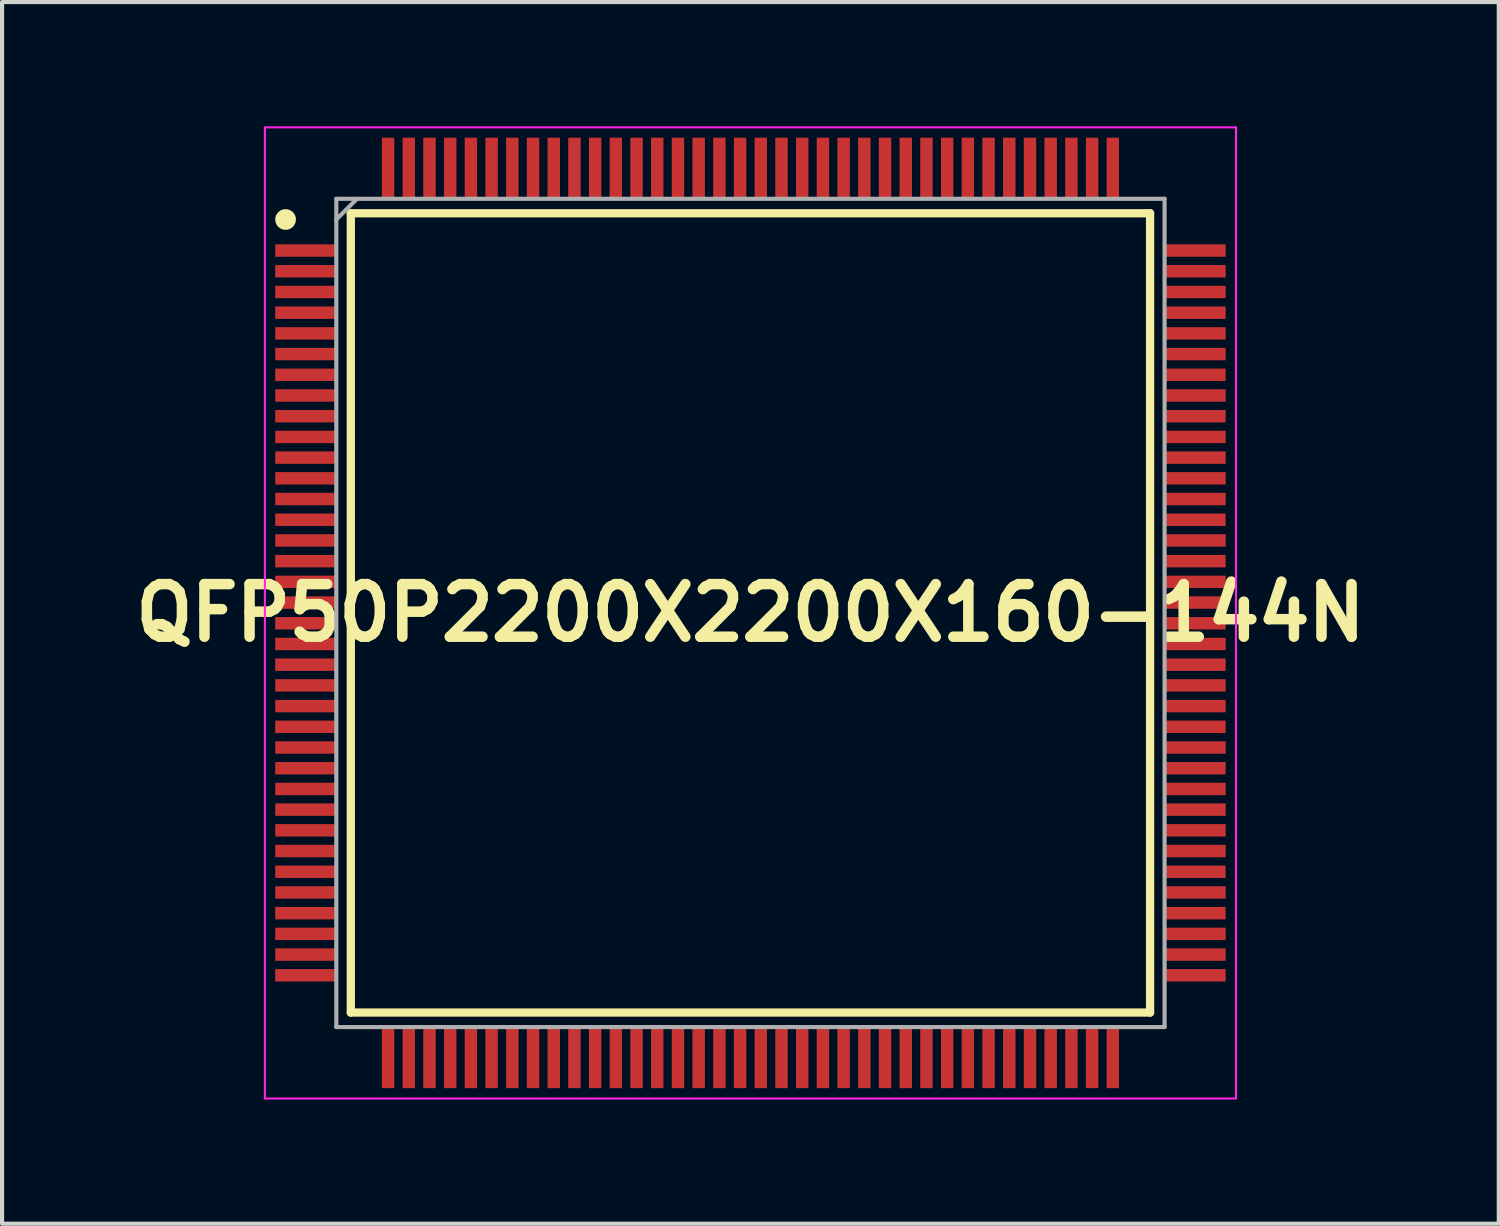
<source format=kicad_pcb>
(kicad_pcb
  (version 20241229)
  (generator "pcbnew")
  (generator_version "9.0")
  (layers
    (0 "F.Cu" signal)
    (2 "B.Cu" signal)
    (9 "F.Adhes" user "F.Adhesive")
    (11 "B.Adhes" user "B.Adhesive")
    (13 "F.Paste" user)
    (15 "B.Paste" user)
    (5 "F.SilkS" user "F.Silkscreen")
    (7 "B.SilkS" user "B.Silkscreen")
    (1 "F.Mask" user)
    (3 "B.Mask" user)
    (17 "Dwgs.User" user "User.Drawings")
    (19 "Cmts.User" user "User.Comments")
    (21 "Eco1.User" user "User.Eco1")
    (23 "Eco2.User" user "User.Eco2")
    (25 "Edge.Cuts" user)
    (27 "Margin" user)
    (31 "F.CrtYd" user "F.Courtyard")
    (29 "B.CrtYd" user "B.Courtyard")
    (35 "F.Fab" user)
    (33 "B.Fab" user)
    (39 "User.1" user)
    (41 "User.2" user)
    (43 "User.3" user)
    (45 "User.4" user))
  (footprint "QFP50P2200X2200X160-144N"
    (layer "F.Cu")
    (at 15.071 11.75)
    (property "Reference" "QFP50P2200X2200X160-144N" (at 0 0 0) (layer "F.SilkS") (effects (font (size 1.27 1.27) (thickness 0.254))))
    (attr smd)
    (fp_line (start -9.65 -9.65) (end 9.65 -9.65) (stroke (width 0.2) (type solid)) (layer "F.SilkS"))
    (fp_line (start -9.65 9.65) (end -9.65 -9.65) (stroke (width 0.2) (type solid)) (layer "F.SilkS"))
    (fp_line (start 9.65 -9.65) (end 9.65 9.65) (stroke (width 0.2) (type solid)) (layer "F.SilkS"))
    (fp_line (start 9.65 9.65) (end -9.65 9.65) (stroke (width 0.2) (type solid)) (layer "F.SilkS"))
    (fp_circle (center -11.225 -9.5) (end -11.225 -9.375) (stroke (width 0.25) (type solid)) (fill no) (layer "F.SilkS"))
    (fp_line (start -11.725 -11.725) (end 11.725 -11.725) (stroke (width 0.05) (type solid)) (layer "F.CrtYd"))
    (fp_line (start -11.725 11.725) (end -11.725 -11.725) (stroke (width 0.05) (type solid)) (layer "F.CrtYd"))
    (fp_line (start 11.725 -11.725) (end 11.725 11.725) (stroke (width 0.05) (type solid)) (layer "F.CrtYd"))
    (fp_line (start 11.725 11.725) (end -11.725 11.725) (stroke (width 0.05) (type solid)) (layer "F.CrtYd"))
    (fp_line (start -10 -10) (end 10 -10) (stroke (width 0.1) (type solid)) (layer "F.Fab"))
    (fp_line (start -10 -9.5) (end -9.5 -10) (stroke (width 0.1) (type solid)) (layer "F.Fab"))
    (fp_line (start -10 10) (end -10 -10) (stroke (width 0.1) (type solid)) (layer "F.Fab"))
    (fp_line (start 10 -10) (end 10 10) (stroke (width 0.1) (type solid)) (layer "F.Fab"))
    (fp_line (start 10 10) (end -10 10) (stroke (width 0.1) (type solid)) (layer "F.Fab"))
    (pad "1" smd rect (at -10.738 -8.75 90) (size 0.3 1.475) (layers "F.Cu" "F.Mask" "F.Paste"))
    (pad "2" smd rect (at -10.738 -8.25 90) (size 0.3 1.475) (layers "F.Cu" "F.Mask" "F.Paste"))
    (pad "3" smd rect (at -10.738 -7.75 90) (size 0.3 1.475) (layers "F.Cu" "F.Mask" "F.Paste"))
    (pad "4" smd rect (at -10.738 -7.25 90) (size 0.3 1.475) (layers "F.Cu" "F.Mask" "F.Paste"))
    (pad "5" smd rect (at -10.738 -6.75 90) (size 0.3 1.475) (layers "F.Cu" "F.Mask" "F.Paste"))
    (pad "6" smd rect (at -10.738 -6.25 90) (size 0.3 1.475) (layers "F.Cu" "F.Mask" "F.Paste"))
    (pad "7" smd rect (at -10.738 -5.75 90) (size 0.3 1.475) (layers "F.Cu" "F.Mask" "F.Paste"))
    (pad "8" smd rect (at -10.738 -5.25 90) (size 0.3 1.475) (layers "F.Cu" "F.Mask" "F.Paste"))
    (pad "9" smd rect (at -10.738 -4.75 90) (size 0.3 1.475) (layers "F.Cu" "F.Mask" "F.Paste"))
    (pad "10" smd rect (at -10.738 -4.25 90) (size 0.3 1.475) (layers "F.Cu" "F.Mask" "F.Paste"))
    (pad "11" smd rect (at -10.738 -3.75 90) (size 0.3 1.475) (layers "F.Cu" "F.Mask" "F.Paste"))
    (pad "12" smd rect (at -10.738 -3.25 90) (size 0.3 1.475) (layers "F.Cu" "F.Mask" "F.Paste"))
    (pad "13" smd rect (at -10.738 -2.75 90) (size 0.3 1.475) (layers "F.Cu" "F.Mask" "F.Paste"))
    (pad "14" smd rect (at -10.738 -2.25 90) (size 0.3 1.475) (layers "F.Cu" "F.Mask" "F.Paste"))
    (pad "15" smd rect (at -10.738 -1.75 90) (size 0.3 1.475) (layers "F.Cu" "F.Mask" "F.Paste"))
    (pad "16" smd rect (at -10.738 -1.25 90) (size 0.3 1.475) (layers "F.Cu" "F.Mask" "F.Paste"))
    (pad "17" smd rect (at -10.738 -0.75 90) (size 0.3 1.475) (layers "F.Cu" "F.Mask" "F.Paste"))
    (pad "18" smd rect (at -10.738 -0.25 90) (size 0.3 1.475) (layers "F.Cu" "F.Mask" "F.Paste"))
    (pad "19" smd rect (at -10.738 0.25 90) (size 0.3 1.475) (layers "F.Cu" "F.Mask" "F.Paste"))
    (pad "20" smd rect (at -10.738 0.75 90) (size 0.3 1.475) (layers "F.Cu" "F.Mask" "F.Paste"))
    (pad "21" smd rect (at -10.738 1.25 90) (size 0.3 1.475) (layers "F.Cu" "F.Mask" "F.Paste"))
    (pad "22" smd rect (at -10.738 1.75 90) (size 0.3 1.475) (layers "F.Cu" "F.Mask" "F.Paste"))
    (pad "23" smd rect (at -10.738 2.25 90) (size 0.3 1.475) (layers "F.Cu" "F.Mask" "F.Paste"))
    (pad "24" smd rect (at -10.738 2.75 90) (size 0.3 1.475) (layers "F.Cu" "F.Mask" "F.Paste"))
    (pad "25" smd rect (at -10.738 3.25 90) (size 0.3 1.475) (layers "F.Cu" "F.Mask" "F.Paste"))
    (pad "26" smd rect (at -10.738 3.75 90) (size 0.3 1.475) (layers "F.Cu" "F.Mask" "F.Paste"))
    (pad "27" smd rect (at -10.738 4.25 90) (size 0.3 1.475) (layers "F.Cu" "F.Mask" "F.Paste"))
    (pad "28" smd rect (at -10.738 4.75 90) (size 0.3 1.475) (layers "F.Cu" "F.Mask" "F.Paste"))
    (pad "29" smd rect (at -10.738 5.25 90) (size 0.3 1.475) (layers "F.Cu" "F.Mask" "F.Paste"))
    (pad "30" smd rect (at -10.738 5.75 90) (size 0.3 1.475) (layers "F.Cu" "F.Mask" "F.Paste"))
    (pad "31" smd rect (at -10.738 6.25 90) (size 0.3 1.475) (layers "F.Cu" "F.Mask" "F.Paste"))
    (pad "32" smd rect (at -10.738 6.75 90) (size 0.3 1.475) (layers "F.Cu" "F.Mask" "F.Paste"))
    (pad "33" smd rect (at -10.738 7.25 90) (size 0.3 1.475) (layers "F.Cu" "F.Mask" "F.Paste"))
    (pad "34" smd rect (at -10.738 7.75 90) (size 0.3 1.475) (layers "F.Cu" "F.Mask" "F.Paste"))
    (pad "35" smd rect (at -10.738 8.25 90) (size 0.3 1.475) (layers "F.Cu" "F.Mask" "F.Paste"))
    (pad "36" smd rect (at -10.738 8.75 90) (size 0.3 1.475) (layers "F.Cu" "F.Mask" "F.Paste"))
    (pad "37" smd rect (at -8.75 10.738) (size 0.3 1.475) (layers "F.Cu" "F.Mask" "F.Paste"))
    (pad "38" smd rect (at -8.25 10.738) (size 0.3 1.475) (layers "F.Cu" "F.Mask" "F.Paste"))
    (pad "39" smd rect (at -7.75 10.738) (size 0.3 1.475) (layers "F.Cu" "F.Mask" "F.Paste"))
    (pad "40" smd rect (at -7.25 10.738) (size 0.3 1.475) (layers "F.Cu" "F.Mask" "F.Paste"))
    (pad "41" smd rect (at -6.75 10.738) (size 0.3 1.475) (layers "F.Cu" "F.Mask" "F.Paste"))
    (pad "42" smd rect (at -6.25 10.738) (size 0.3 1.475) (layers "F.Cu" "F.Mask" "F.Paste"))
    (pad "43" smd rect (at -5.75 10.738) (size 0.3 1.475) (layers "F.Cu" "F.Mask" "F.Paste"))
    (pad "44" smd rect (at -5.25 10.738) (size 0.3 1.475) (layers "F.Cu" "F.Mask" "F.Paste"))
    (pad "45" smd rect (at -4.75 10.738) (size 0.3 1.475) (layers "F.Cu" "F.Mask" "F.Paste"))
    (pad "46" smd rect (at -4.25 10.738) (size 0.3 1.475) (layers "F.Cu" "F.Mask" "F.Paste"))
    (pad "47" smd rect (at -3.75 10.738) (size 0.3 1.475) (layers "F.Cu" "F.Mask" "F.Paste"))
    (pad "48" smd rect (at -3.25 10.738) (size 0.3 1.475) (layers "F.Cu" "F.Mask" "F.Paste"))
    (pad "49" smd rect (at -2.75 10.738) (size 0.3 1.475) (layers "F.Cu" "F.Mask" "F.Paste"))
    (pad "50" smd rect (at -2.25 10.738) (size 0.3 1.475) (layers "F.Cu" "F.Mask" "F.Paste"))
    (pad "51" smd rect (at -1.75 10.738) (size 0.3 1.475) (layers "F.Cu" "F.Mask" "F.Paste"))
    (pad "52" smd rect (at -1.25 10.738) (size 0.3 1.475) (layers "F.Cu" "F.Mask" "F.Paste"))
    (pad "53" smd rect (at -0.75 10.738) (size 0.3 1.475) (layers "F.Cu" "F.Mask" "F.Paste"))
    (pad "54" smd rect (at -0.25 10.738) (size 0.3 1.475) (layers "F.Cu" "F.Mask" "F.Paste"))
    (pad "55" smd rect (at 0.25 10.738) (size 0.3 1.475) (layers "F.Cu" "F.Mask" "F.Paste"))
    (pad "56" smd rect (at 0.75 10.738) (size 0.3 1.475) (layers "F.Cu" "F.Mask" "F.Paste"))
    (pad "57" smd rect (at 1.25 10.738) (size 0.3 1.475) (layers "F.Cu" "F.Mask" "F.Paste"))
    (pad "58" smd rect (at 1.75 10.738) (size 0.3 1.475) (layers "F.Cu" "F.Mask" "F.Paste"))
    (pad "59" smd rect (at 2.25 10.738) (size 0.3 1.475) (layers "F.Cu" "F.Mask" "F.Paste"))
    (pad "60" smd rect (at 2.75 10.738) (size 0.3 1.475) (layers "F.Cu" "F.Mask" "F.Paste"))
    (pad "61" smd rect (at 3.25 10.738) (size 0.3 1.475) (layers "F.Cu" "F.Mask" "F.Paste"))
    (pad "62" smd rect (at 3.75 10.738) (size 0.3 1.475) (layers "F.Cu" "F.Mask" "F.Paste"))
    (pad "63" smd rect (at 4.25 10.738) (size 0.3 1.475) (layers "F.Cu" "F.Mask" "F.Paste"))
    (pad "64" smd rect (at 4.75 10.738) (size 0.3 1.475) (layers "F.Cu" "F.Mask" "F.Paste"))
    (pad "65" smd rect (at 5.25 10.738) (size 0.3 1.475) (layers "F.Cu" "F.Mask" "F.Paste"))
    (pad "66" smd rect (at 5.75 10.738) (size 0.3 1.475) (layers "F.Cu" "F.Mask" "F.Paste"))
    (pad "67" smd rect (at 6.25 10.738) (size 0.3 1.475) (layers "F.Cu" "F.Mask" "F.Paste"))
    (pad "68" smd rect (at 6.75 10.738) (size 0.3 1.475) (layers "F.Cu" "F.Mask" "F.Paste"))
    (pad "69" smd rect (at 7.25 10.738) (size 0.3 1.475) (layers "F.Cu" "F.Mask" "F.Paste"))
    (pad "70" smd rect (at 7.75 10.738) (size 0.3 1.475) (layers "F.Cu" "F.Mask" "F.Paste"))
    (pad "71" smd rect (at 8.25 10.738) (size 0.3 1.475) (layers "F.Cu" "F.Mask" "F.Paste"))
    (pad "72" smd rect (at 8.75 10.738) (size 0.3 1.475) (layers "F.Cu" "F.Mask" "F.Paste"))
    (pad "73" smd rect (at 10.738 8.75 90) (size 0.3 1.475) (layers "F.Cu" "F.Mask" "F.Paste"))
    (pad "74" smd rect (at 10.738 8.25 90) (size 0.3 1.475) (layers "F.Cu" "F.Mask" "F.Paste"))
    (pad "75" smd rect (at 10.738 7.75 90) (size 0.3 1.475) (layers "F.Cu" "F.Mask" "F.Paste"))
    (pad "76" smd rect (at 10.738 7.25 90) (size 0.3 1.475) (layers "F.Cu" "F.Mask" "F.Paste"))
    (pad "77" smd rect (at 10.738 6.75 90) (size 0.3 1.475) (layers "F.Cu" "F.Mask" "F.Paste"))
    (pad "78" smd rect (at 10.738 6.25 90) (size 0.3 1.475) (layers "F.Cu" "F.Mask" "F.Paste"))
    (pad "79" smd rect (at 10.738 5.75 90) (size 0.3 1.475) (layers "F.Cu" "F.Mask" "F.Paste"))
    (pad "80" smd rect (at 10.738 5.25 90) (size 0.3 1.475) (layers "F.Cu" "F.Mask" "F.Paste"))
    (pad "81" smd rect (at 10.738 4.75 90) (size 0.3 1.475) (layers "F.Cu" "F.Mask" "F.Paste"))
    (pad "82" smd rect (at 10.738 4.25 90) (size 0.3 1.475) (layers "F.Cu" "F.Mask" "F.Paste"))
    (pad "83" smd rect (at 10.738 3.75 90) (size 0.3 1.475) (layers "F.Cu" "F.Mask" "F.Paste"))
    (pad "84" smd rect (at 10.738 3.25 90) (size 0.3 1.475) (layers "F.Cu" "F.Mask" "F.Paste"))
    (pad "85" smd rect (at 10.738 2.75 90) (size 0.3 1.475) (layers "F.Cu" "F.Mask" "F.Paste"))
    (pad "86" smd rect (at 10.738 2.25 90) (size 0.3 1.475) (layers "F.Cu" "F.Mask" "F.Paste"))
    (pad "87" smd rect (at 10.738 1.75 90) (size 0.3 1.475) (layers "F.Cu" "F.Mask" "F.Paste"))
    (pad "88" smd rect (at 10.738 1.25 90) (size 0.3 1.475) (layers "F.Cu" "F.Mask" "F.Paste"))
    (pad "89" smd rect (at 10.738 0.75 90) (size 0.3 1.475) (layers "F.Cu" "F.Mask" "F.Paste"))
    (pad "90" smd rect (at 10.738 0.25 90) (size 0.3 1.475) (layers "F.Cu" "F.Mask" "F.Paste"))
    (pad "91" smd rect (at 10.738 -0.25 90) (size 0.3 1.475) (layers "F.Cu" "F.Mask" "F.Paste"))
    (pad "92" smd rect (at 10.738 -0.75 90) (size 0.3 1.475) (layers "F.Cu" "F.Mask" "F.Paste"))
    (pad "93" smd rect (at 10.738 -1.25 90) (size 0.3 1.475) (layers "F.Cu" "F.Mask" "F.Paste"))
    (pad "94" smd rect (at 10.738 -1.75 90) (size 0.3 1.475) (layers "F.Cu" "F.Mask" "F.Paste"))
    (pad "95" smd rect (at 10.738 -2.25 90) (size 0.3 1.475) (layers "F.Cu" "F.Mask" "F.Paste"))
    (pad "96" smd rect (at 10.738 -2.75 90) (size 0.3 1.475) (layers "F.Cu" "F.Mask" "F.Paste"))
    (pad "97" smd rect (at 10.738 -3.25 90) (size 0.3 1.475) (layers "F.Cu" "F.Mask" "F.Paste"))
    (pad "98" smd rect (at 10.738 -3.75 90) (size 0.3 1.475) (layers "F.Cu" "F.Mask" "F.Paste"))
    (pad "99" smd rect (at 10.738 -4.25 90) (size 0.3 1.475) (layers "F.Cu" "F.Mask" "F.Paste"))
    (pad "100" smd rect (at 10.738 -4.75 90) (size 0.3 1.475) (layers "F.Cu" "F.Mask" "F.Paste"))
    (pad "101" smd rect (at 10.738 -5.25 90) (size 0.3 1.475) (layers "F.Cu" "F.Mask" "F.Paste"))
    (pad "102" smd rect (at 10.738 -5.75 90) (size 0.3 1.475) (layers "F.Cu" "F.Mask" "F.Paste"))
    (pad "103" smd rect (at 10.738 -6.25 90) (size 0.3 1.475) (layers "F.Cu" "F.Mask" "F.Paste"))
    (pad "104" smd rect (at 10.738 -6.75 90) (size 0.3 1.475) (layers "F.Cu" "F.Mask" "F.Paste"))
    (pad "105" smd rect (at 10.738 -7.25 90) (size 0.3 1.475) (layers "F.Cu" "F.Mask" "F.Paste"))
    (pad "106" smd rect (at 10.738 -7.75 90) (size 0.3 1.475) (layers "F.Cu" "F.Mask" "F.Paste"))
    (pad "107" smd rect (at 10.738 -8.25 90) (size 0.3 1.475) (layers "F.Cu" "F.Mask" "F.Paste"))
    (pad "108" smd rect (at 10.738 -8.75 90) (size 0.3 1.475) (layers "F.Cu" "F.Mask" "F.Paste"))
    (pad "109" smd rect (at 8.75 -10.738) (size 0.3 1.475) (layers "F.Cu" "F.Mask" "F.Paste"))
    (pad "110" smd rect (at 8.25 -10.738) (size 0.3 1.475) (layers "F.Cu" "F.Mask" "F.Paste"))
    (pad "111" smd rect (at 7.75 -10.738) (size 0.3 1.475) (layers "F.Cu" "F.Mask" "F.Paste"))
    (pad "112" smd rect (at 7.25 -10.738) (size 0.3 1.475) (layers "F.Cu" "F.Mask" "F.Paste"))
    (pad "113" smd rect (at 6.75 -10.738) (size 0.3 1.475) (layers "F.Cu" "F.Mask" "F.Paste"))
    (pad "114" smd rect (at 6.25 -10.738) (size 0.3 1.475) (layers "F.Cu" "F.Mask" "F.Paste"))
    (pad "115" smd rect (at 5.75 -10.738) (size 0.3 1.475) (layers "F.Cu" "F.Mask" "F.Paste"))
    (pad "116" smd rect (at 5.25 -10.738) (size 0.3 1.475) (layers "F.Cu" "F.Mask" "F.Paste"))
    (pad "117" smd rect (at 4.75 -10.738) (size 0.3 1.475) (layers "F.Cu" "F.Mask" "F.Paste"))
    (pad "118" smd rect (at 4.25 -10.738) (size 0.3 1.475) (layers "F.Cu" "F.Mask" "F.Paste"))
    (pad "119" smd rect (at 3.75 -10.738) (size 0.3 1.475) (layers "F.Cu" "F.Mask" "F.Paste"))
    (pad "120" smd rect (at 3.25 -10.738) (size 0.3 1.475) (layers "F.Cu" "F.Mask" "F.Paste"))
    (pad "121" smd rect (at 2.75 -10.738) (size 0.3 1.475) (layers "F.Cu" "F.Mask" "F.Paste"))
    (pad "122" smd rect (at 2.25 -10.738) (size 0.3 1.475) (layers "F.Cu" "F.Mask" "F.Paste"))
    (pad "123" smd rect (at 1.75 -10.738) (size 0.3 1.475) (layers "F.Cu" "F.Mask" "F.Paste"))
    (pad "124" smd rect (at 1.25 -10.738) (size 0.3 1.475) (layers "F.Cu" "F.Mask" "F.Paste"))
    (pad "125" smd rect (at 0.75 -10.738) (size 0.3 1.475) (layers "F.Cu" "F.Mask" "F.Paste"))
    (pad "126" smd rect (at 0.25 -10.738) (size 0.3 1.475) (layers "F.Cu" "F.Mask" "F.Paste"))
    (pad "127" smd rect (at -0.25 -10.738) (size 0.3 1.475) (layers "F.Cu" "F.Mask" "F.Paste"))
    (pad "128" smd rect (at -0.75 -10.738) (size 0.3 1.475) (layers "F.Cu" "F.Mask" "F.Paste"))
    (pad "129" smd rect (at -1.25 -10.738) (size 0.3 1.475) (layers "F.Cu" "F.Mask" "F.Paste"))
    (pad "130" smd rect (at -1.75 -10.738) (size 0.3 1.475) (layers "F.Cu" "F.Mask" "F.Paste"))
    (pad "131" smd rect (at -2.25 -10.738) (size 0.3 1.475) (layers "F.Cu" "F.Mask" "F.Paste"))
    (pad "132" smd rect (at -2.75 -10.738) (size 0.3 1.475) (layers "F.Cu" "F.Mask" "F.Paste"))
    (pad "133" smd rect (at -3.25 -10.738) (size 0.3 1.475) (layers "F.Cu" "F.Mask" "F.Paste"))
    (pad "134" smd rect (at -3.75 -10.738) (size 0.3 1.475) (layers "F.Cu" "F.Mask" "F.Paste"))
    (pad "135" smd rect (at -4.25 -10.738) (size 0.3 1.475) (layers "F.Cu" "F.Mask" "F.Paste"))
    (pad "136" smd rect (at -4.75 -10.738) (size 0.3 1.475) (layers "F.Cu" "F.Mask" "F.Paste"))
    (pad "137" smd rect (at -5.25 -10.738) (size 0.3 1.475) (layers "F.Cu" "F.Mask" "F.Paste"))
    (pad "138" smd rect (at -5.75 -10.738) (size 0.3 1.475) (layers "F.Cu" "F.Mask" "F.Paste"))
    (pad "139" smd rect (at -6.25 -10.738) (size 0.3 1.475) (layers "F.Cu" "F.Mask" "F.Paste"))
    (pad "140" smd rect (at -6.75 -10.738) (size 0.3 1.475) (layers "F.Cu" "F.Mask" "F.Paste"))
    (pad "141" smd rect (at -7.25 -10.738) (size 0.3 1.475) (layers "F.Cu" "F.Mask" "F.Paste"))
    (pad "142" smd rect (at -7.75 -10.738) (size 0.3 1.475) (layers "F.Cu" "F.Mask" "F.Paste"))
    (pad "143" smd rect (at -8.25 -10.738) (size 0.3 1.475) (layers "F.Cu" "F.Mask" "F.Paste"))
    (pad "144" smd rect (at -8.75 -10.738) (size 0.3 1.475) (layers "F.Cu" "F.Mask" "F.Paste")))
  (gr_rect
    (start -3 -3)
    (end 33.141 26.5)
    (stroke (width 0.1) (type default))
    (fill no)
    (layer "Edge.Cuts")))
</source>
